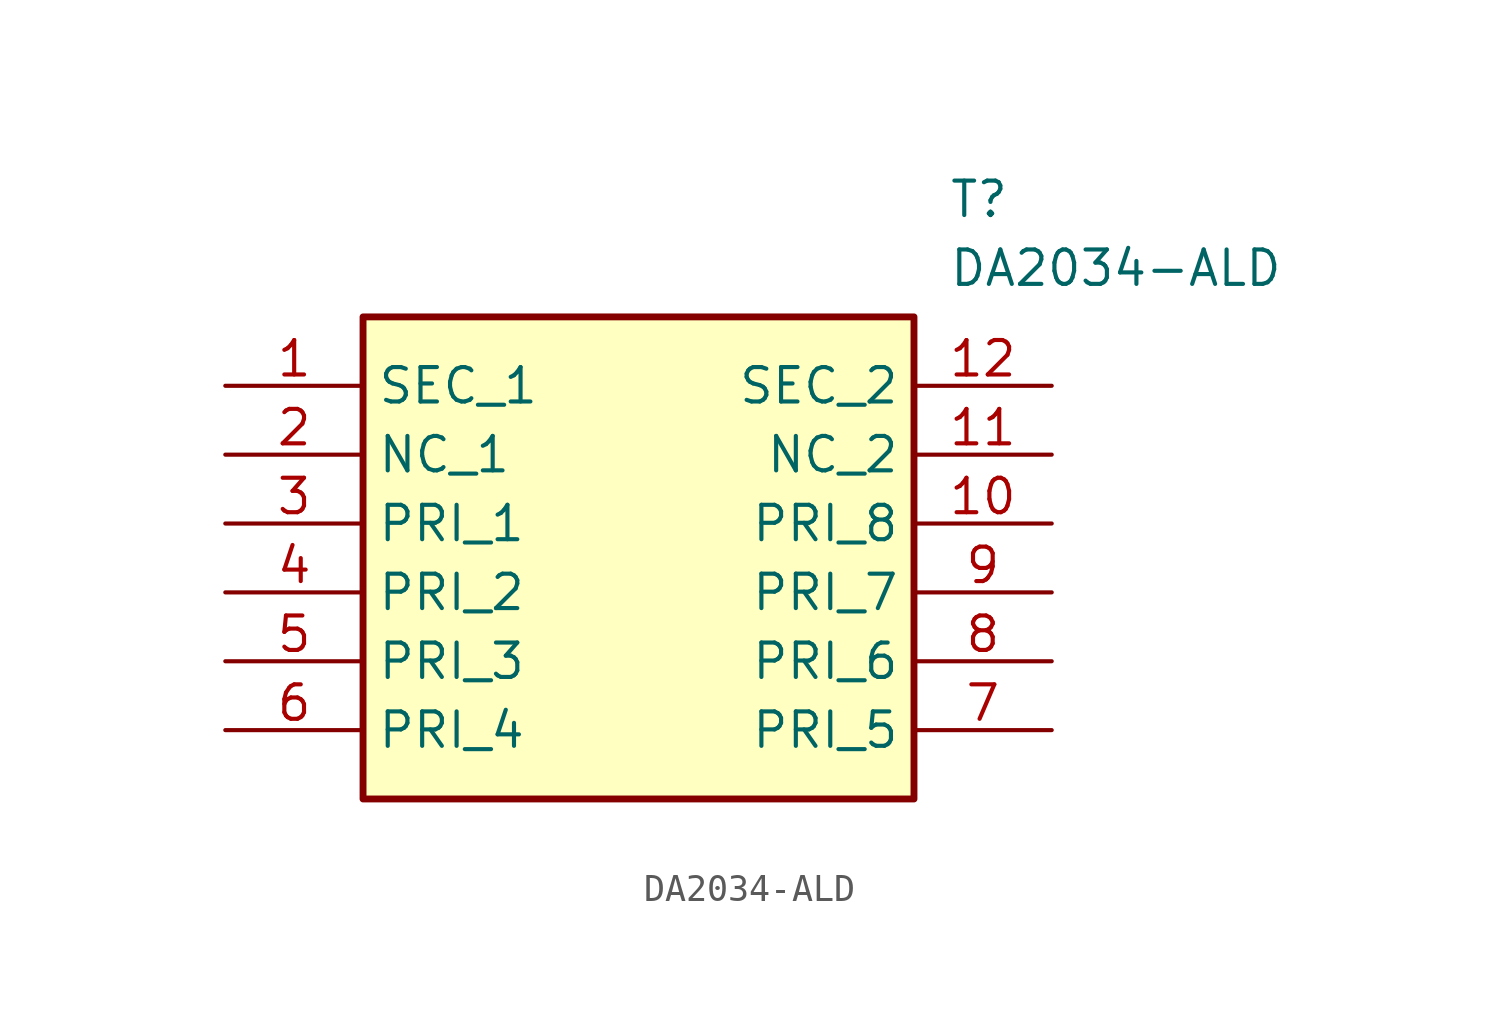
<source format=kicad_sym>
(kicad_symbol_lib
  (version 20231120)
  (generator "kicad_symbol_editor")
  (generator_version "8.0")
  (symbol "DA2034-ALD"
    (property "Reference" "T"
      (at 26.67 7.62 0)
      (effects (font (size 1.27 1.27)) (justify left top)))
    (property "Value" "DA2034-ALD"
      (at 26.67 5.08 0)
      (effects (font (size 1.27 1.27)) (justify left top)))
    (symbol "DA2034-ALD_1_1"
      (rectangle (start 5.08 2.54) (end 25.4 -15.24) (stroke (width 0.254) (type default)) (fill (type background)))
      (pin passive line (at 0 0 0) (length 5.08) (name "SEC_1" (effects (font (size 1.27 1.27)))) (number "1" (effects (font (size 1.27 1.27)))))
      (pin passive line (at 30.48 -5.08 180) (length 5.08) (name "PRI_8" (effects (font (size 1.27 1.27)))) (number "10" (effects (font (size 1.27 1.27)))))
      (pin passive line (at 30.48 -2.54 180) (length 5.08) (name "NC_2" (effects (font (size 1.27 1.27)))) (number "11" (effects (font (size 1.27 1.27)))))
      (pin passive line (at 30.48 0 180) (length 5.08) (name "SEC_2" (effects (font (size 1.27 1.27)))) (number "12" (effects (font (size 1.27 1.27)))))
      (pin passive line (at 0 -2.54 0) (length 5.08) (name "NC_1" (effects (font (size 1.27 1.27)))) (number "2" (effects (font (size 1.27 1.27)))))
      (pin passive line (at 0 -5.08 0) (length 5.08) (name "PRI_1" (effects (font (size 1.27 1.27)))) (number "3" (effects (font (size 1.27 1.27)))))
      (pin passive line (at 0 -7.62 0) (length 5.08) (name "PRI_2" (effects (font (size 1.27 1.27)))) (number "4" (effects (font (size 1.27 1.27)))))
      (pin passive line (at 0 -10.16 0) (length 5.08) (name "PRI_3" (effects (font (size 1.27 1.27)))) (number "5" (effects (font (size 1.27 1.27)))))
      (pin passive line (at 0 -12.7 0) (length 5.08) (name "PRI_4" (effects (font (size 1.27 1.27)))) (number "6" (effects (font (size 1.27 1.27)))))
      (pin passive line (at 30.48 -12.7 180) (length 5.08) (name "PRI_5" (effects (font (size 1.27 1.27)))) (number "7" (effects (font (size 1.27 1.27)))))
      (pin passive line (at 30.48 -10.16 180) (length 5.08) (name "PRI_6" (effects (font (size 1.27 1.27)))) (number "8" (effects (font (size 1.27 1.27)))))
      (pin passive line (at 30.48 -7.62 180) (length 5.08) (name "PRI_7" (effects (font (size 1.27 1.27)))) (number "9" (effects (font (size 1.27 1.27))))))))
</source>
